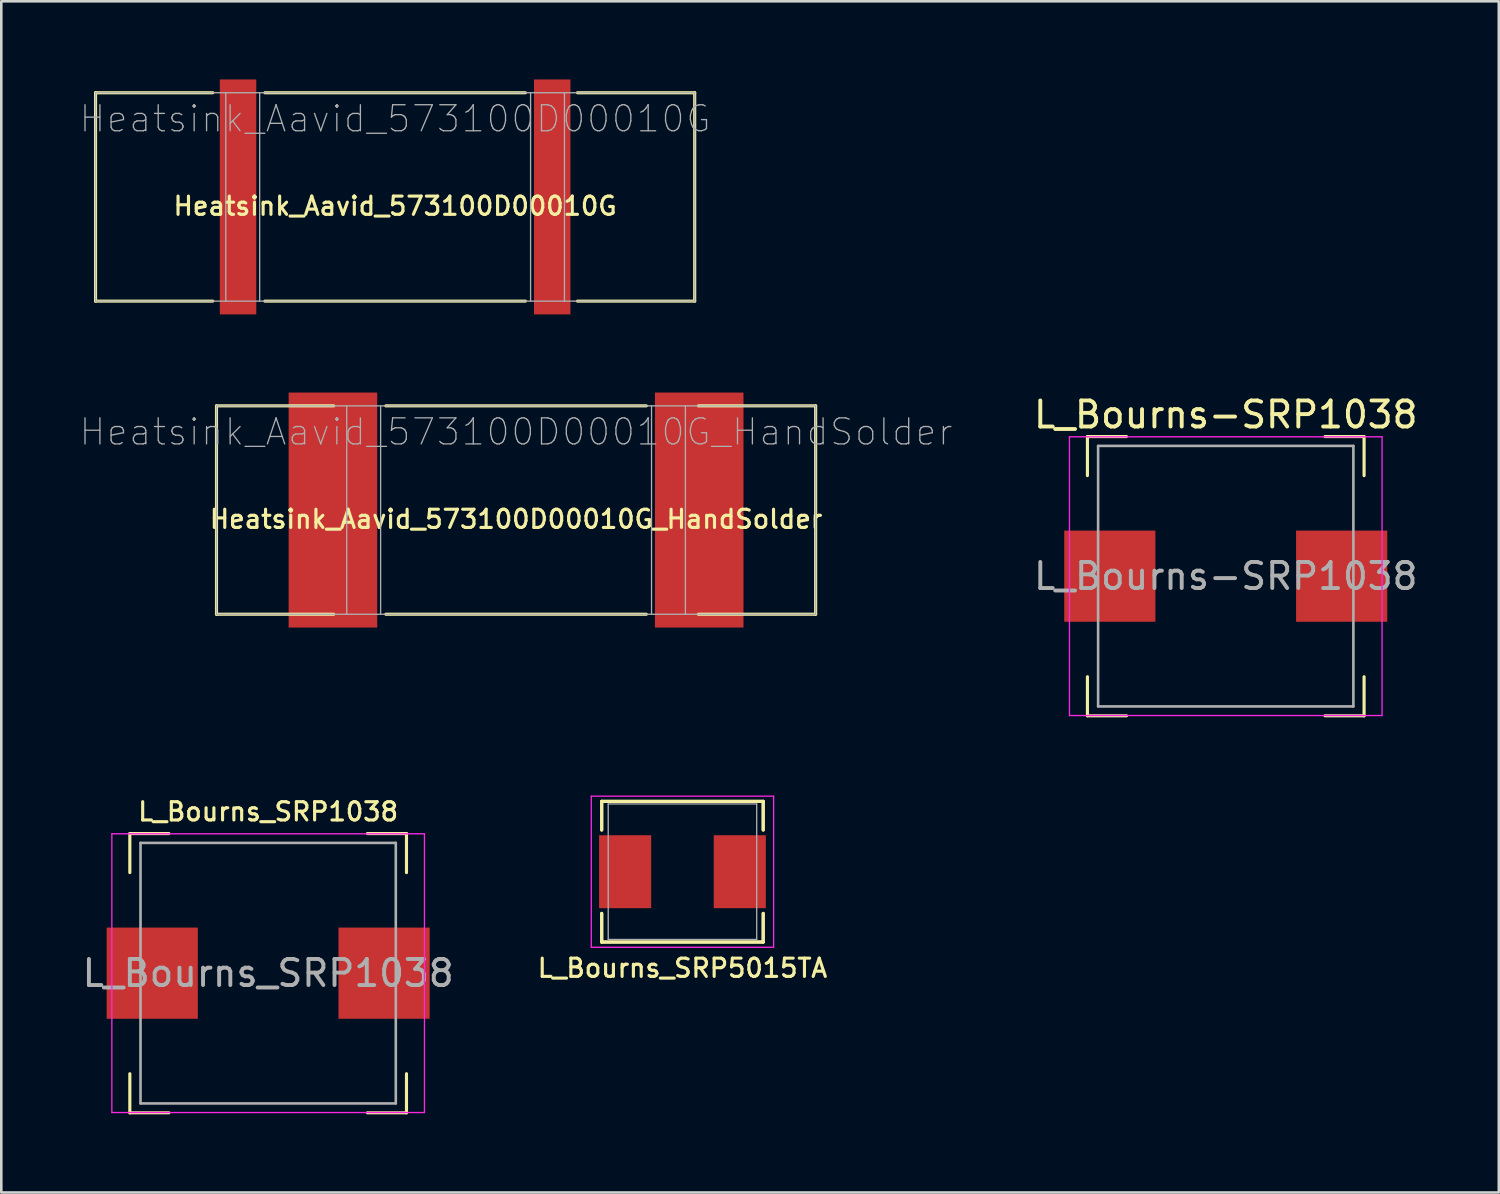
<source format=kicad_pcb>
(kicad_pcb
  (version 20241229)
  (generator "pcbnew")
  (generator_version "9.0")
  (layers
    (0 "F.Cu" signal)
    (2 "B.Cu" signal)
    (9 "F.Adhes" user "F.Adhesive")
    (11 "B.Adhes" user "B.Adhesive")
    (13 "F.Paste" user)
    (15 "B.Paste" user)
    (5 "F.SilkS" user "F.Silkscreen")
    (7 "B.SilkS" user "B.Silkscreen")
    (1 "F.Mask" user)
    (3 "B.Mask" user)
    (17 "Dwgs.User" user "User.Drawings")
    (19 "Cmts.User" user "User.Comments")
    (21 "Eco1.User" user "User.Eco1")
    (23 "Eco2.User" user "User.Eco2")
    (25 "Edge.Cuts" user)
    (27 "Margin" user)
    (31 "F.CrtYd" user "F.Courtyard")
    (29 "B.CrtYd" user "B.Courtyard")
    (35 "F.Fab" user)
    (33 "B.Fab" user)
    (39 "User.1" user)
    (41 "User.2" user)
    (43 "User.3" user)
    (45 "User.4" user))
  (footprint "L_Bourns_SRP1038"
    (layer "F.Cu")
    (at 7.244 34.308)
    (property "Reference" "L_Bourns_SRP1038" (at 0 -6.2 0) (layer "F.SilkS") (effects (font (size 0.7 0.7) (thickness 0.12))))
    (attr smd)
    (fp_line (start -5.31 -5.36) (end -5.31 -3.86) (stroke (width 0.12) (type solid)) (layer "F.SilkS"))
    (fp_line (start -5.31 -5.36) (end -3.81 -5.36) (stroke (width 0.12) (type solid)) (layer "F.SilkS"))
    (fp_line (start -5.31 5.36) (end -5.31 3.86) (stroke (width 0.12) (type solid)) (layer "F.SilkS"))
    (fp_line (start -5.31 5.36) (end -3.81 5.36) (stroke (width 0.12) (type solid)) (layer "F.SilkS"))
    (fp_line (start 5.31 -5.36) (end 3.81 -5.36) (stroke (width 0.12) (type solid)) (layer "F.SilkS"))
    (fp_line (start 5.31 -5.36) (end 5.31 -3.86) (stroke (width 0.12) (type solid)) (layer "F.SilkS"))
    (fp_line (start 5.31 5.36) (end 3.81 5.36) (stroke (width 0.12) (type solid)) (layer "F.SilkS"))
    (fp_line (start 5.31 5.36) (end 5.31 3.86) (stroke (width 0.12) (type solid)) (layer "F.SilkS"))
    (fp_line (start -6 -5.35) (end -6 5.35) (stroke (width 0.05) (type solid)) (layer "F.CrtYd"))
    (fp_line (start -6 -5.35) (end 6 -5.35) (stroke (width 0.05) (type solid)) (layer "F.CrtYd"))
    (fp_line (start -6 5.35) (end 6 5.35) (stroke (width 0.05) (type solid)) (layer "F.CrtYd"))
    (fp_line (start 6 -5.35) (end 6 5.35) (stroke (width 0.05) (type solid)) (layer "F.CrtYd"))
    (fp_line (start -4.9 -5) (end -4.9 5) (stroke (width 0.1) (type solid)) (layer "F.Fab"))
    (fp_line (start -4.9 -5) (end 4.9 -5) (stroke (width 0.1) (type solid)) (layer "F.Fab"))
    (fp_line (start -4.9 5) (end 4.9 5) (stroke (width 0.1) (type solid)) (layer "F.Fab"))
    (fp_line (start 4.9 -5) (end 4.9 5) (stroke (width 0.1) (type solid)) (layer "F.Fab"))
    (fp_text user "${REFERENCE}" (at 0 0 0) (layer "F.Fab") (effects (font (size 1 1) (thickness 0.15))))
    (pad "1" smd rect (at -4.45 0) (size 3.5 3.5) (layers "F.Cu" "F.Mask" "F.Paste"))
    (pad "2" smd rect (at 4.45 0) (size 3.5 3.5) (layers "F.Cu" "F.Mask" "F.Paste")))
  (footprint "L_Bourns-SRP1038"
    (layer "F.Cu")
    (at 44.004 19.068)
    (property "Reference" "L_Bourns-SRP1038" (at 0 -6.2 0) (layer "F.SilkS") (effects (font (size 1 1) (thickness 0.15))))
    (attr smd)
    (fp_line (start -5.31 -5.36) (end -5.31 -3.86) (stroke (width 0.12) (type solid)) (layer "F.SilkS"))
    (fp_line (start -5.31 -5.36) (end -3.81 -5.36) (stroke (width 0.12) (type solid)) (layer "F.SilkS"))
    (fp_line (start -5.31 5.36) (end -5.31 3.86) (stroke (width 0.12) (type solid)) (layer "F.SilkS"))
    (fp_line (start -5.31 5.36) (end -3.81 5.36) (stroke (width 0.12) (type solid)) (layer "F.SilkS"))
    (fp_line (start 5.31 -5.36) (end 3.81 -5.36) (stroke (width 0.12) (type solid)) (layer "F.SilkS"))
    (fp_line (start 5.31 -5.36) (end 5.31 -3.86) (stroke (width 0.12) (type solid)) (layer "F.SilkS"))
    (fp_line (start 5.31 5.36) (end 3.81 5.36) (stroke (width 0.12) (type solid)) (layer "F.SilkS"))
    (fp_line (start 5.31 5.36) (end 5.31 3.86) (stroke (width 0.12) (type solid)) (layer "F.SilkS"))
    (fp_line (start -6 -5.35) (end -6 5.35) (stroke (width 0.05) (type solid)) (layer "F.CrtYd"))
    (fp_line (start -6 -5.35) (end 6 -5.35) (stroke (width 0.05) (type solid)) (layer "F.CrtYd"))
    (fp_line (start -6 5.35) (end 6 5.35) (stroke (width 0.05) (type solid)) (layer "F.CrtYd"))
    (fp_line (start 6 -5.35) (end 6 5.35) (stroke (width 0.05) (type solid)) (layer "F.CrtYd"))
    (fp_line (start -4.9 -5) (end -4.9 5) (stroke (width 0.1) (type solid)) (layer "F.Fab"))
    (fp_line (start -4.9 -5) (end 4.9 -5) (stroke (width 0.1) (type solid)) (layer "F.Fab"))
    (fp_line (start -4.9 5) (end 4.9 5) (stroke (width 0.1) (type solid)) (layer "F.Fab"))
    (fp_line (start 4.9 -5) (end 4.9 5) (stroke (width 0.1) (type solid)) (layer "F.Fab"))
    (fp_text user "${REFERENCE}" (at 0 0 0) (layer "F.Fab") (effects (font (size 1 1) (thickness 0.15))))
    (pad "1" smd rect (at -4.45 0) (size 3.5 3.5) (layers "F.Cu" "F.Mask" "F.Paste"))
    (pad "2" smd rect (at 4.45 0) (size 3.5 3.5) (layers "F.Cu" "F.Mask" "F.Paste")))
  (footprint "Heatsink_Aavid_573100D00010G_HandSolder"
    (layer "F.Cu")
    (at 16.761 16.53)
    (property "Reference" "Heatsink_Aavid_573100D00010G_HandSolder" (at 0 0.35 0) (layer "F.SilkS") (effects (font (size 0.7 0.7) (thickness 0.12))))
    (attr smd)
    (fp_line (start -11.5 -4) (end -11.5 4) (stroke (width 0.12) (type solid)) (layer "F.SilkS"))
    (fp_line (start -11.5 -4) (end -7 -4) (stroke (width 0.12) (type solid)) (layer "F.SilkS"))
    (fp_line (start -11.5 4) (end -7 4) (stroke (width 0.12) (type solid)) (layer "F.SilkS"))
    (fp_line (start -5 4) (end 5 4) (stroke (width 0.12) (type solid)) (layer "F.SilkS"))
    (fp_line (start 5 -4) (end -5 -4) (stroke (width 0.12) (type solid)) (layer "F.SilkS"))
    (fp_line (start 7 -4) (end 11.5 -4) (stroke (width 0.12) (type solid)) (layer "F.SilkS"))
    (fp_line (start 11.5 -4) (end 11.5 4) (stroke (width 0.12) (type solid)) (layer "F.SilkS"))
    (fp_line (start 11.5 4) (end 7 4) (stroke (width 0.12) (type solid)) (layer "F.SilkS"))
    (fp_line (start -11.5 -4) (end 11.5 -4) (stroke (width 0.05) (type solid)) (layer "F.Fab"))
    (fp_line (start -11.5 4) (end -11.5 -4) (stroke (width 0.05) (type solid)) (layer "F.Fab"))
    (fp_line (start -6.5 4) (end -6.5 -4) (stroke (width 0.05) (type solid)) (layer "F.Fab"))
    (fp_line (start -5.2 4) (end -5.2 -4) (stroke (width 0.05) (type solid)) (layer "F.Fab"))
    (fp_line (start 5.2 -4) (end 5.2 4) (stroke (width 0.05) (type solid)) (layer "F.Fab"))
    (fp_line (start 6.5 4) (end 6.5 -4) (stroke (width 0.05) (type solid)) (layer "F.Fab"))
    (fp_line (start 11.5 -4) (end 11.5 4) (stroke (width 0.05) (type solid)) (layer "F.Fab"))
    (fp_line (start 11.5 4) (end -11.5 4) (stroke (width 0.05) (type solid)) (layer "F.Fab"))
    (fp_text user "${REFERENCE}" (at 0 -3 0) (layer "F.Fab") (effects (font (size 1 1) (thickness 0.05))))
    (pad "1" smd rect (at -7.03 0) (size 3.4 9.02) (layers "F.Cu" "F.Mask" "F.Paste"))
    (pad "1" smd rect (at 7.03 0) (size 3.4 9.02) (layers "F.Cu" "F.Mask" "F.Paste")))
  (footprint "Heatsink_Aavid_573100D00010G"
    (layer "F.Cu")
    (at 12.118 4.51)
    (property "Reference" "Heatsink_Aavid_573100D00010G" (at 0 0.35 0) (layer "F.SilkS") (effects (font (size 0.7 0.7) (thickness 0.12))))
    (attr smd)
    (fp_line (start -11.5 -4) (end -11.5 4) (stroke (width 0.12) (type solid)) (layer "F.SilkS"))
    (fp_line (start -11.5 -4) (end -7 -4) (stroke (width 0.12) (type solid)) (layer "F.SilkS"))
    (fp_line (start -11.5 4) (end -7 4) (stroke (width 0.12) (type solid)) (layer "F.SilkS"))
    (fp_line (start -5 4) (end 5 4) (stroke (width 0.12) (type solid)) (layer "F.SilkS"))
    (fp_line (start 5 -4) (end -5 -4) (stroke (width 0.12) (type solid)) (layer "F.SilkS"))
    (fp_line (start 7 -4) (end 11.5 -4) (stroke (width 0.12) (type solid)) (layer "F.SilkS"))
    (fp_line (start 11.5 -4) (end 11.5 4) (stroke (width 0.12) (type solid)) (layer "F.SilkS"))
    (fp_line (start 11.5 4) (end 7 4) (stroke (width 0.12) (type solid)) (layer "F.SilkS"))
    (fp_line (start -11.5 -4) (end 11.5 -4) (stroke (width 0.05) (type solid)) (layer "F.Fab"))
    (fp_line (start -11.5 4) (end -11.5 -4) (stroke (width 0.05) (type solid)) (layer "F.Fab"))
    (fp_line (start -6.5 4) (end -6.5 -4) (stroke (width 0.05) (type solid)) (layer "F.Fab"))
    (fp_line (start -5.2 4) (end -5.2 -4) (stroke (width 0.05) (type solid)) (layer "F.Fab"))
    (fp_line (start 5.2 -4) (end 5.2 4) (stroke (width 0.05) (type solid)) (layer "F.Fab"))
    (fp_line (start 6.5 4) (end 6.5 -4) (stroke (width 0.05) (type solid)) (layer "F.Fab"))
    (fp_line (start 11.5 -4) (end 11.5 4) (stroke (width 0.05) (type solid)) (layer "F.Fab"))
    (fp_line (start 11.5 4) (end -11.5 4) (stroke (width 0.05) (type solid)) (layer "F.Fab"))
    (fp_text user "${REFERENCE}" (at 0 -3 0) (layer "F.Fab") (effects (font (size 1 1) (thickness 0.05))))
    (pad "1" smd rect (at -6.03 0) (size 1.4 9.02) (layers "F.Cu" "F.Mask" "F.Paste"))
    (pad "1" smd rect (at 6.03 0) (size 1.4 9.02) (layers "F.Cu" "F.Mask" "F.Paste")))
  (footprint "L_Bourns_SRP5015TA"
    (layer "F.Cu")
    (at 23.148 30.413)
    (property "Reference" "L_Bourns_SRP5015TA" (at 0 3.7 0) (layer "F.SilkS") (effects (font (size 0.7 0.7) (thickness 0.12))))
    (attr smd)
    (fp_line (start -3.1 -2.7) (end -3.1 -1.6) (stroke (width 0.12) (type solid)) (layer "F.SilkS"))
    (fp_line (start -3.1 -2.7) (end -3.1 -1.6) (stroke (width 0.12) (type solid)) (layer "F.SilkS"))
    (fp_line (start -3.1 1.6) (end -3.1 2.7) (stroke (width 0.12) (type solid)) (layer "F.SilkS"))
    (fp_line (start -3.1 1.6) (end -3.1 2.7) (stroke (width 0.12) (type solid)) (layer "F.SilkS"))
    (fp_line (start -3.1 2.7) (end 3.1 2.7) (stroke (width 0.12) (type solid)) (layer "F.SilkS"))
    (fp_line (start -3.1 2.7) (end 3.1 2.7) (stroke (width 0.12) (type solid)) (layer "F.SilkS"))
    (fp_line (start 3.1 -2.7) (end -3.1 -2.7) (stroke (width 0.12) (type solid)) (layer "F.SilkS"))
    (fp_line (start 3.1 -2.7) (end -3.1 -2.7) (stroke (width 0.12) (type solid)) (layer "F.SilkS"))
    (fp_line (start 3.1 -1.6) (end 3.1 -2.7) (stroke (width 0.12) (type solid)) (layer "F.SilkS"))
    (fp_line (start 3.1 -1.6) (end 3.1 -2.7) (stroke (width 0.12) (type solid)) (layer "F.SilkS"))
    (fp_line (start 3.1 2.7) (end 3.1 1.6) (stroke (width 0.12) (type solid)) (layer "F.SilkS"))
    (fp_line (start 3.1 2.7) (end 3.1 1.6) (stroke (width 0.12) (type solid)) (layer "F.SilkS"))
    (fp_line (start -3.5 -2.9) (end -3.5 2.9) (stroke (width 0.05) (type solid)) (layer "F.CrtYd"))
    (fp_line (start -3.5 -2.9) (end 3.5 -2.9) (stroke (width 0.05) (type solid)) (layer "F.CrtYd"))
    (fp_line (start -3.5 2.9) (end 3.5 2.9) (stroke (width 0.05) (type solid)) (layer "F.CrtYd"))
    (fp_line (start 3.5 -2.9) (end 3.5 2.9) (stroke (width 0.05) (type solid)) (layer "F.CrtYd"))
    (fp_line (start -2.85 -2.6) (end -2.85 2.6) (stroke (width 0.05) (type solid)) (layer "F.Fab"))
    (fp_line (start -2.85 -2.6) (end 2.85 -2.6) (stroke (width 0.05) (type solid)) (layer "F.Fab"))
    (fp_line (start -2.85 2.6) (end 2.85 2.6) (stroke (width 0.05) (type solid)) (layer "F.Fab"))
    (fp_line (start 2.85 -2.6) (end 2.85 2.6) (stroke (width 0.05) (type solid)) (layer "F.Fab"))
    (pad "1" smd rect (at -2.2 0) (size 2 2.8) (layers "F.Cu" "F.Mask" "F.Paste"))
    (pad "2" smd rect (at 2.2 0) (size 2 2.8) (layers "F.Cu" "F.Mask" "F.Paste")))
  (gr_rect
    (start -3 -3)
    (end 54.486 42.728)
    (stroke (width 0.1) (type default))
    (fill no)
    (layer "Edge.Cuts")))
</source>
